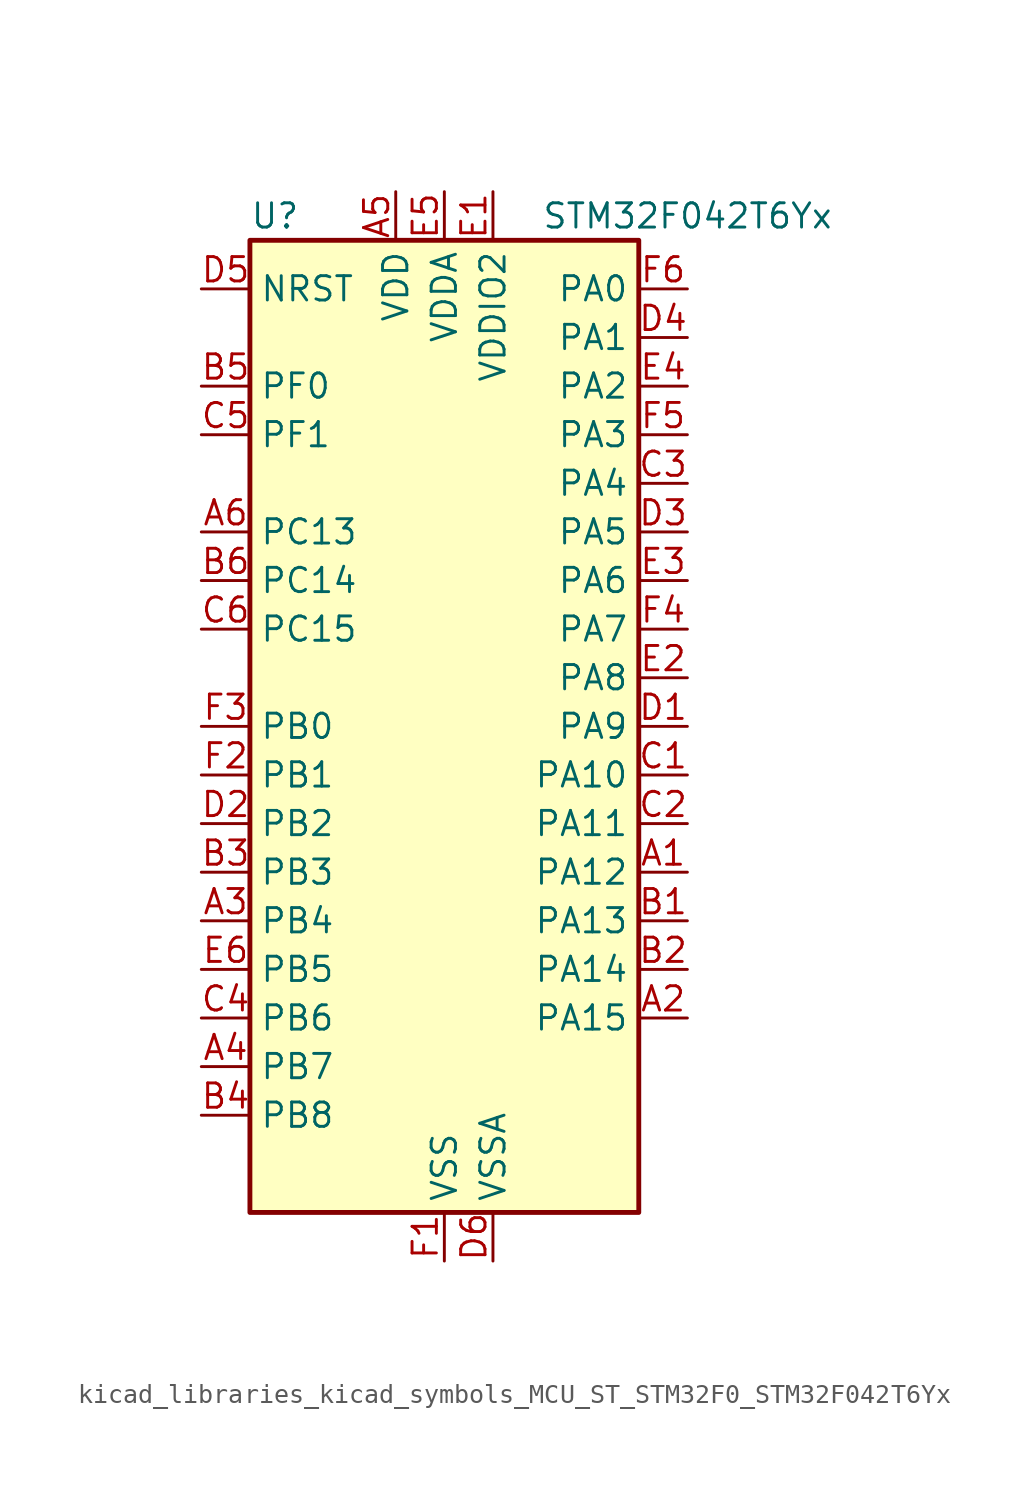
<source format=kicad_sym>
(kicad_symbol_lib
  (version 20220914)
  (generator kicad_symbol_editor)
  (symbol "kicad_libraries_kicad_symbols_MCU_ST_STM32F0_STM32F042T6Yx"
    (property "Reference" "U"
      (at -10.16 26.67 0)
      (effects (font (size 1.27 1.27)) (justify left)))
    (property "Value" "STM32F042T6Yx"
      (at 5.08 26.67 0)
      (effects (font (size 1.27 1.27)) (justify left)))
    (property "ki_locked" ""
      (at 0 0 0)
      (effects (font (size 1.27 1.27))))
    (symbol "kicad_libraries_kicad_symbols_MCU_ST_STM32F0_STM32F042T6Yx_0_1"
      (rectangle (start -10.16 -25.4) (end 10.16 25.4) (stroke (width 0.254) (type default)) (fill (type background))))
    (symbol "kicad_libraries_kicad_symbols_MCU_ST_STM32F0_STM32F042T6Yx_1_1"
      (pin bidirectional line (at 12.7 -7.62 180) (length 2.54) (name "PA12" (effects (font (size 1.27 1.27)))) (number "A1" (effects (font (size 1.27 1.27)))) (alternate "CAN_TX" bidirectional line) (alternate "I2C1_SDA" bidirectional line) (alternate "TIM1_ETR" bidirectional line) (alternate "TSC_G4_IO4" bidirectional line) (alternate "USART1_DE" bidirectional line) (alternate "USART1_RTS" bidirectional line) (alternate "USB_DP" bidirectional line))
      (pin bidirectional line (at 12.7 -15.24 180) (length 2.54) (name "PA15" (effects (font (size 1.27 1.27)))) (number "A2" (effects (font (size 1.27 1.27)))) (alternate "I2S1_WS" bidirectional line) (alternate "SPI1_NSS" bidirectional line) (alternate "TIM2_CH1" bidirectional line) (alternate "TIM2_ETR" bidirectional line) (alternate "USART2_RX" bidirectional line) (alternate "USB_NOE" bidirectional line))
      (pin bidirectional line (at -12.7 -10.16 0) (length 2.54) (name "PB4" (effects (font (size 1.27 1.27)))) (number "A3" (effects (font (size 1.27 1.27)))) (alternate "I2S1_MCK" bidirectional line) (alternate "SPI1_MISO" bidirectional line) (alternate "TIM17_BKIN" bidirectional line) (alternate "TIM3_CH1" bidirectional line) (alternate "TSC_G5_IO2" bidirectional line))
      (pin bidirectional line (at -12.7 -17.78 0) (length 2.54) (name "PB7" (effects (font (size 1.27 1.27)))) (number "A4" (effects (font (size 1.27 1.27)))) (alternate "I2C1_SDA" bidirectional line) (alternate "TIM17_CH1N" bidirectional line) (alternate "TSC_G5_IO4" bidirectional line) (alternate "USART1_RX" bidirectional line))
      (pin power_in line (at -2.54 27.94 270) (length 2.54) (name "VDD" (effects (font (size 1.27 1.27)))) (number "A5" (effects (font (size 1.27 1.27)))))
      (pin bidirectional line (at -12.7 10.16 0) (length 2.54) (name "PC13" (effects (font (size 1.27 1.27)))) (number "A6" (effects (font (size 1.27 1.27)))) (alternate "RTC_OUT_ALARM" bidirectional line) (alternate "RTC_OUT_CALIB" bidirectional line) (alternate "RTC_TAMP1" bidirectional line) (alternate "RTC_TS" bidirectional line) (alternate "SYS_WKUP2" bidirectional line))
      (pin bidirectional line (at 12.7 -10.16 180) (length 2.54) (name "PA13" (effects (font (size 1.27 1.27)))) (number "B1" (effects (font (size 1.27 1.27)))) (alternate "IR_OUT" bidirectional line) (alternate "SYS_SWDIO" bidirectional line) (alternate "USB_NOE" bidirectional line))
      (pin bidirectional line (at 12.7 -12.7 180) (length 2.54) (name "PA14" (effects (font (size 1.27 1.27)))) (number "B2" (effects (font (size 1.27 1.27)))) (alternate "SYS_SWCLK" bidirectional line) (alternate "USART2_TX" bidirectional line))
      (pin bidirectional line (at -12.7 -7.62 0) (length 2.54) (name "PB3" (effects (font (size 1.27 1.27)))) (number "B3" (effects (font (size 1.27 1.27)))) (alternate "I2S1_CK" bidirectional line) (alternate "SPI1_SCK" bidirectional line) (alternate "TIM2_CH2" bidirectional line) (alternate "TSC_G5_IO1" bidirectional line))
      (pin bidirectional line (at -12.7 -20.32 0) (length 2.54) (name "PB8" (effects (font (size 1.27 1.27)))) (number "B4" (effects (font (size 1.27 1.27)))) (alternate "CAN_RX" bidirectional line) (alternate "CEC" bidirectional line) (alternate "I2C1_SCL" bidirectional line) (alternate "TIM16_CH1" bidirectional line) (alternate "TSC_SYNC" bidirectional line))
      (pin bidirectional line (at -12.7 17.78 0) (length 2.54) (name "PF0" (effects (font (size 1.27 1.27)))) (number "B5" (effects (font (size 1.27 1.27)))) (alternate "CRS_SYNC" bidirectional line) (alternate "I2C1_SDA" bidirectional line) (alternate "RCC_OSC_IN" bidirectional line))
      (pin bidirectional line (at -12.7 7.62 0) (length 2.54) (name "PC14" (effects (font (size 1.27 1.27)))) (number "B6" (effects (font (size 1.27 1.27)))) (alternate "RCC_OSC32_IN" bidirectional line))
      (pin bidirectional line (at 12.7 -2.54 180) (length 2.54) (name "PA10" (effects (font (size 1.27 1.27)))) (number "C1" (effects (font (size 1.27 1.27)))) (alternate "I2C1_SDA" bidirectional line) (alternate "TIM17_BKIN" bidirectional line) (alternate "TIM1_CH3" bidirectional line) (alternate "TSC_G4_IO2" bidirectional line) (alternate "USART1_RX" bidirectional line))
      (pin bidirectional line (at 12.7 -5.08 180) (length 2.54) (name "PA11" (effects (font (size 1.27 1.27)))) (number "C2" (effects (font (size 1.27 1.27)))) (alternate "CAN_RX" bidirectional line) (alternate "I2C1_SCL" bidirectional line) (alternate "TIM1_CH4" bidirectional line) (alternate "TSC_G4_IO3" bidirectional line) (alternate "USART1_CTS" bidirectional line) (alternate "USB_DM" bidirectional line))
      (pin bidirectional line (at 12.7 12.7 180) (length 2.54) (name "PA4" (effects (font (size 1.27 1.27)))) (number "C3" (effects (font (size 1.27 1.27)))) (alternate "ADC_IN4" bidirectional line) (alternate "I2S1_WS" bidirectional line) (alternate "SPI1_NSS" bidirectional line) (alternate "TIM14_CH1" bidirectional line) (alternate "TSC_G2_IO1" bidirectional line) (alternate "USART2_CK" bidirectional line) (alternate "USB_NOE" bidirectional line))
      (pin bidirectional line (at -12.7 -15.24 0) (length 2.54) (name "PB6" (effects (font (size 1.27 1.27)))) (number "C4" (effects (font (size 1.27 1.27)))) (alternate "I2C1_SCL" bidirectional line) (alternate "TIM16_CH1N" bidirectional line) (alternate "TSC_G5_IO3" bidirectional line) (alternate "USART1_TX" bidirectional line))
      (pin bidirectional line (at -12.7 15.24 0) (length 2.54) (name "PF1" (effects (font (size 1.27 1.27)))) (number "C5" (effects (font (size 1.27 1.27)))) (alternate "I2C1_SCL" bidirectional line) (alternate "RCC_OSC_OUT" bidirectional line))
      (pin bidirectional line (at -12.7 5.08 0) (length 2.54) (name "PC15" (effects (font (size 1.27 1.27)))) (number "C6" (effects (font (size 1.27 1.27)))) (alternate "RCC_OSC32_OUT" bidirectional line))
      (pin bidirectional line (at 12.7 0 180) (length 2.54) (name "PA9" (effects (font (size 1.27 1.27)))) (number "D1" (effects (font (size 1.27 1.27)))) (alternate "I2C1_SCL" bidirectional line) (alternate "TIM1_CH2" bidirectional line) (alternate "TSC_G4_IO1" bidirectional line) (alternate "USART1_TX" bidirectional line))
      (pin bidirectional line (at -12.7 -5.08 0) (length 2.54) (name "PB2" (effects (font (size 1.27 1.27)))) (number "D2" (effects (font (size 1.27 1.27)))) (alternate "TSC_G3_IO4" bidirectional line))
      (pin bidirectional line (at 12.7 10.16 180) (length 2.54) (name "PA5" (effects (font (size 1.27 1.27)))) (number "D3" (effects (font (size 1.27 1.27)))) (alternate "ADC_IN5" bidirectional line) (alternate "CEC" bidirectional line) (alternate "I2S1_CK" bidirectional line) (alternate "SPI1_SCK" bidirectional line) (alternate "TIM2_CH1" bidirectional line) (alternate "TIM2_ETR" bidirectional line) (alternate "TSC_G2_IO2" bidirectional line))
      (pin bidirectional line (at 12.7 20.32 180) (length 2.54) (name "PA1" (effects (font (size 1.27 1.27)))) (number "D4" (effects (font (size 1.27 1.27)))) (alternate "ADC_IN1" bidirectional line) (alternate "TIM2_CH2" bidirectional line) (alternate "TSC_G1_IO2" bidirectional line) (alternate "USART2_DE" bidirectional line) (alternate "USART2_RTS" bidirectional line))
      (pin input line (at -12.7 22.86 0) (length 2.54) (name "NRST" (effects (font (size 1.27 1.27)))) (number "D5" (effects (font (size 1.27 1.27)))))
      (pin power_in line (at 2.54 -27.94 90) (length 2.54) (name "VSSA" (effects (font (size 1.27 1.27)))) (number "D6" (effects (font (size 1.27 1.27)))))
      (pin power_in line (at 2.54 27.94 270) (length 2.54) (name "VDDIO2" (effects (font (size 1.27 1.27)))) (number "E1" (effects (font (size 1.27 1.27)))))
      (pin bidirectional line (at 12.7 2.54 180) (length 2.54) (name "PA8" (effects (font (size 1.27 1.27)))) (number "E2" (effects (font (size 1.27 1.27)))) (alternate "CRS_SYNC" bidirectional line) (alternate "RCC_MCO" bidirectional line) (alternate "TIM1_CH1" bidirectional line) (alternate "USART1_CK" bidirectional line))
      (pin bidirectional line (at 12.7 7.62 180) (length 2.54) (name "PA6" (effects (font (size 1.27 1.27)))) (number "E3" (effects (font (size 1.27 1.27)))) (alternate "ADC_IN6" bidirectional line) (alternate "I2S1_MCK" bidirectional line) (alternate "SPI1_MISO" bidirectional line) (alternate "TIM16_CH1" bidirectional line) (alternate "TIM1_BKIN" bidirectional line) (alternate "TIM3_CH1" bidirectional line) (alternate "TSC_G2_IO3" bidirectional line))
      (pin bidirectional line (at 12.7 17.78 180) (length 2.54) (name "PA2" (effects (font (size 1.27 1.27)))) (number "E4" (effects (font (size 1.27 1.27)))) (alternate "ADC_IN2" bidirectional line) (alternate "SYS_WKUP4" bidirectional line) (alternate "TIM2_CH3" bidirectional line) (alternate "TSC_G1_IO3" bidirectional line) (alternate "USART2_TX" bidirectional line))
      (pin power_in line (at 0 27.94 270) (length 2.54) (name "VDDA" (effects (font (size 1.27 1.27)))) (number "E5" (effects (font (size 1.27 1.27)))))
      (pin bidirectional line (at -12.7 -12.7 0) (length 2.54) (name "PB5" (effects (font (size 1.27 1.27)))) (number "E6" (effects (font (size 1.27 1.27)))) (alternate "I2C1_SMBA" bidirectional line) (alternate "I2S1_SD" bidirectional line) (alternate "SPI1_MOSI" bidirectional line) (alternate "SYS_WKUP6" bidirectional line) (alternate "TIM16_BKIN" bidirectional line) (alternate "TIM3_CH2" bidirectional line))
      (pin power_in line (at 0 -27.94 90) (length 2.54) (name "VSS" (effects (font (size 1.27 1.27)))) (number "F1" (effects (font (size 1.27 1.27)))))
      (pin bidirectional line (at -12.7 -2.54 0) (length 2.54) (name "PB1" (effects (font (size 1.27 1.27)))) (number "F2" (effects (font (size 1.27 1.27)))) (alternate "ADC_IN9" bidirectional line) (alternate "TIM14_CH1" bidirectional line) (alternate "TIM1_CH3N" bidirectional line) (alternate "TIM3_CH4" bidirectional line) (alternate "TSC_G3_IO3" bidirectional line))
      (pin bidirectional line (at -12.7 0 0) (length 2.54) (name "PB0" (effects (font (size 1.27 1.27)))) (number "F3" (effects (font (size 1.27 1.27)))) (alternate "ADC_IN8" bidirectional line) (alternate "TIM1_CH2N" bidirectional line) (alternate "TIM3_CH3" bidirectional line) (alternate "TSC_G3_IO2" bidirectional line))
      (pin bidirectional line (at 12.7 5.08 180) (length 2.54) (name "PA7" (effects (font (size 1.27 1.27)))) (number "F4" (effects (font (size 1.27 1.27)))) (alternate "ADC_IN7" bidirectional line) (alternate "I2S1_SD" bidirectional line) (alternate "SPI1_MOSI" bidirectional line) (alternate "TIM14_CH1" bidirectional line) (alternate "TIM17_CH1" bidirectional line) (alternate "TIM1_CH1N" bidirectional line) (alternate "TIM3_CH2" bidirectional line) (alternate "TSC_G2_IO4" bidirectional line))
      (pin bidirectional line (at 12.7 15.24 180) (length 2.54) (name "PA3" (effects (font (size 1.27 1.27)))) (number "F5" (effects (font (size 1.27 1.27)))) (alternate "ADC_IN3" bidirectional line) (alternate "TIM2_CH4" bidirectional line) (alternate "TSC_G1_IO4" bidirectional line) (alternate "USART2_RX" bidirectional line))
      (pin bidirectional line (at 12.7 22.86 180) (length 2.54) (name "PA0" (effects (font (size 1.27 1.27)))) (number "F6" (effects (font (size 1.27 1.27)))) (alternate "ADC_IN0" bidirectional line) (alternate "RTC_TAMP2" bidirectional line) (alternate "SYS_WKUP1" bidirectional line) (alternate "TIM2_CH1" bidirectional line) (alternate "TIM2_ETR" bidirectional line) (alternate "TSC_G1_IO1" bidirectional line) (alternate "USART2_CTS" bidirectional line)))))
</source>
